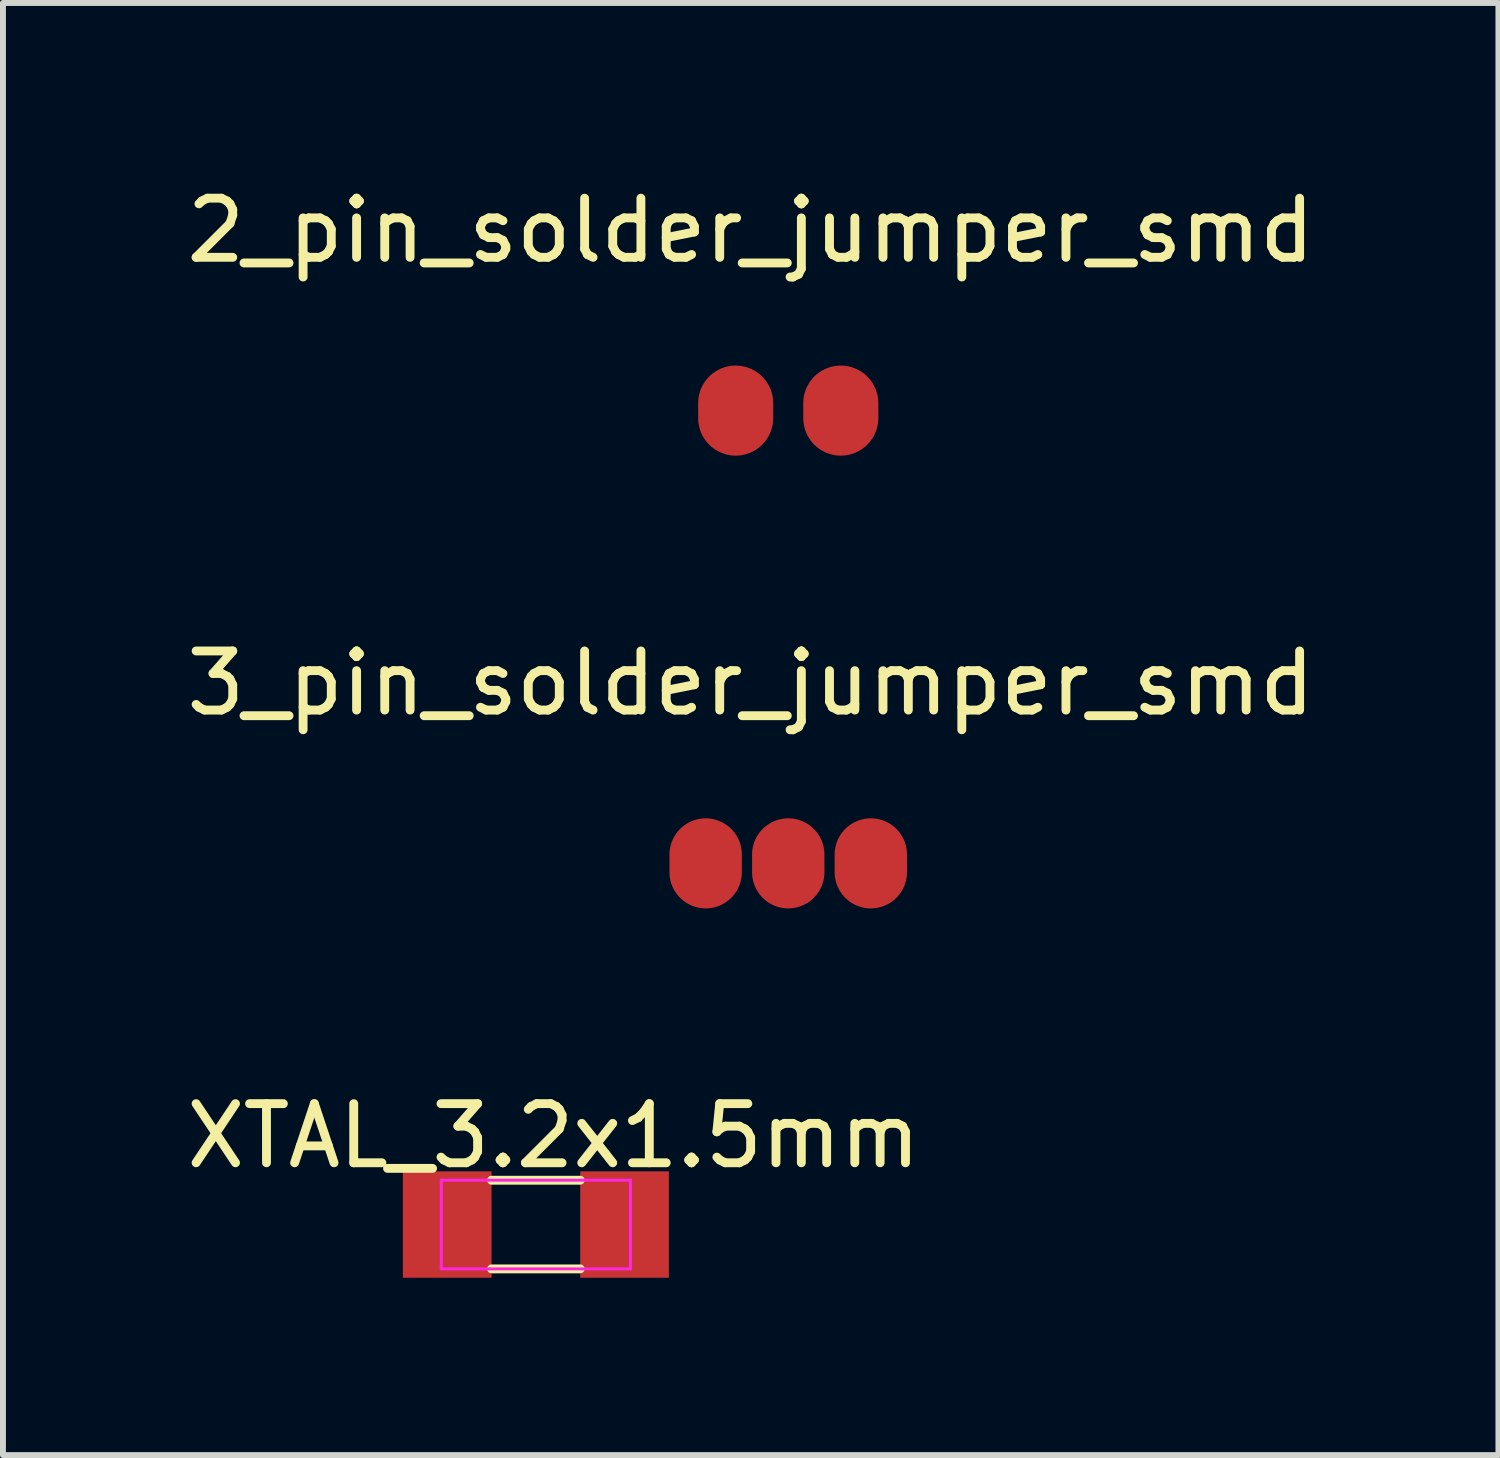
<source format=kicad_pcb>
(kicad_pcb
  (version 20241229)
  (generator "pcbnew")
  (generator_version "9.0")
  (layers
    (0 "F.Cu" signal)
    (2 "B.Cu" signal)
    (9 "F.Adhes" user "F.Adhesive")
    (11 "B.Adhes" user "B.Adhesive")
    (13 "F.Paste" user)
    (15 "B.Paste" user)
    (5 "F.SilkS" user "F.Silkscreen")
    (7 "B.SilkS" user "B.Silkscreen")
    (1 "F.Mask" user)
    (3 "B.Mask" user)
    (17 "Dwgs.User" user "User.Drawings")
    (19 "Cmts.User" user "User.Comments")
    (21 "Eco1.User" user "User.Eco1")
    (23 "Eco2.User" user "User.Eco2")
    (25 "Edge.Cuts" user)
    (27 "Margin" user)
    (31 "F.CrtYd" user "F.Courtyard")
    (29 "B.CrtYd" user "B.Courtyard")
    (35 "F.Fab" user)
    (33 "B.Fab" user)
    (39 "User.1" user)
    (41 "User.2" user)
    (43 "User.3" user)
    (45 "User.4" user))
  (footprint "XTAL_3.2x1.5mm"
    (layer "F.Cu")
    (at 6.015 17.665)
    (property "Reference" "XTAL_3.2x1.5mm" (at 0.3 -1.5 0) (layer "F.SilkS") (effects (font (size 1 1) (thickness 0.15))))
    (attr through_hole)
    (fp_line (start -0.75 -0.75) (end 0.75 -0.75) (stroke (width 0.15) (type solid)) (layer "F.SilkS"))
    (fp_line (start -0.75 0.75) (end 0.75 0.75) (stroke (width 0.15) (type solid)) (layer "F.SilkS"))
    (fp_line (start -1.6 -0.75) (end -1.6 0.75) (stroke (width 0.05) (type solid)) (layer "F.CrtYd"))
    (fp_line (start -1.6 -0.75) (end 1.6 -0.75) (stroke (width 0.05) (type solid)) (layer "F.CrtYd"))
    (fp_line (start -1.6 0.75) (end 1.6 0.75) (stroke (width 0.05) (type solid)) (layer "F.CrtYd"))
    (fp_line (start 1.6 0.75) (end 1.6 -0.75) (stroke (width 0.05) (type solid)) (layer "F.CrtYd"))
    (pad "1" smd rect (at -1.5 0) (size 1.5 1.8) (layers "F.Cu" "F.Mask" "F.Paste"))
    (pad "2" smd rect (at 1.5 0) (size 1.5 1.8) (layers "F.Cu" "F.Mask" "F.Paste")))
  (footprint "2_pin_solder_jumper_smd"
    (layer "F.Cu")
    (at 10.284 3.896)
    (property "Reference" "2_pin_solder_jumper_smd" (at -0.635 -3.048 0) (layer "F.SilkS") (effects (font (size 1 1) (thickness 0.15))))
    (attr through_hole)
    (pad "1" smd oval (at -0.889 0) (size 1.27 1.524) (layers "F.Cu" "F.Mask" "F.Paste"))
    (pad "2" smd oval (at 0.889 0) (size 1.27 1.524) (layers "F.Cu" "F.Mask" "F.Paste")))
  (footprint "3_pin_solder_jumper_smd"
    (layer "F.Cu")
    (at 10.284 11.555)
    (property "Reference" "3_pin_solder_jumper_smd" (at -0.635 -3.048 0) (layer "F.SilkS") (effects (font (size 1 1) (thickness 0.15))))
    (attr through_hole)
    (pad "1" smd oval (at -1.397 0) (size 1.224 1.524) (layers "F.Cu" "F.Mask" "F.Paste"))
    (pad "2" smd oval (at 0 0) (size 1.224 1.524) (layers "F.Cu" "F.Mask" "F.Paste"))
    (pad "3" smd oval (at 1.397 0) (size 1.224 1.524) (layers "F.Cu" "F.Mask" "F.Paste")))
  (gr_rect
    (start -3 -3)
    (end 22.298 21.565)
    (stroke (width 0.1) (type default))
    (fill no)
    (layer "Edge.Cuts")))
</source>
